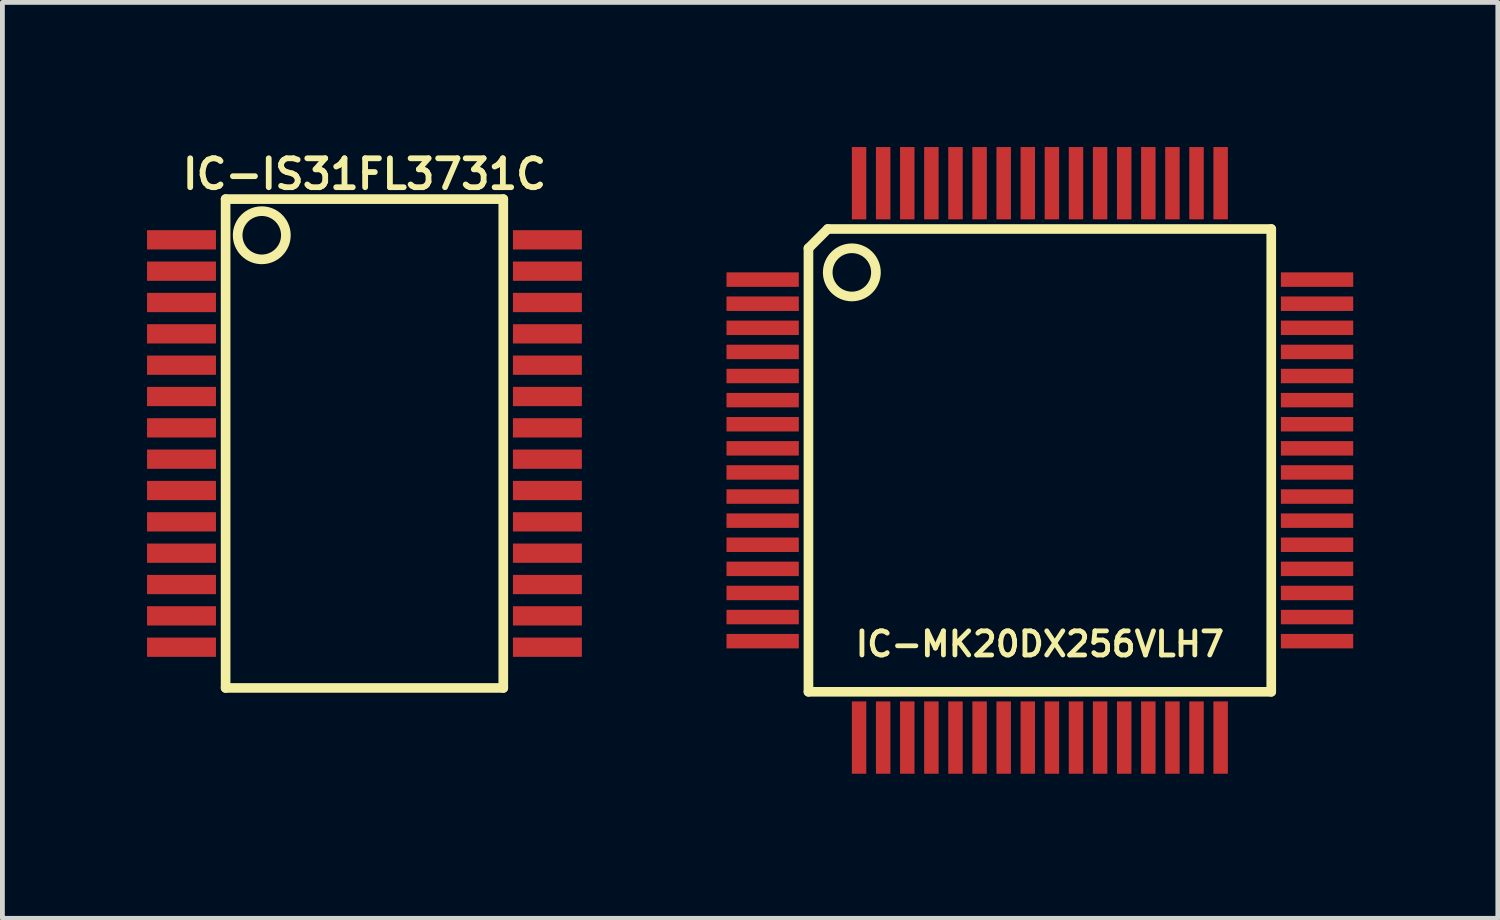
<source format=kicad_pcb>
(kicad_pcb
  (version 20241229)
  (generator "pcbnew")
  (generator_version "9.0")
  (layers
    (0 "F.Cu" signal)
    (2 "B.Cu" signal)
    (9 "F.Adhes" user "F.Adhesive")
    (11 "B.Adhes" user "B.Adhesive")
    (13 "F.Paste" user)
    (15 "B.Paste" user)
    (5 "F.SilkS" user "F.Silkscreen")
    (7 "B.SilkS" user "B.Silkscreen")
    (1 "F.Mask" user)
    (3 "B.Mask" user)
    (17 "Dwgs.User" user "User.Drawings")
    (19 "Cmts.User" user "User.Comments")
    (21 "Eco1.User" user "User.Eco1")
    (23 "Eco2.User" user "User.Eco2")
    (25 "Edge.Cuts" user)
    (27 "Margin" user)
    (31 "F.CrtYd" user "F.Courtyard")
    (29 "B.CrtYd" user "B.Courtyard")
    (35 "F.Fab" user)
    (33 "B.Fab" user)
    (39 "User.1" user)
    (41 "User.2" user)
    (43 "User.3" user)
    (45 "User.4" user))
  (footprint "IC-IS31FL3731C"
    (layer "F.Cu")
    (at 4.51 6.15)
    (property "Reference" "IC-IS31FL3731C" (at 0 -5.588 0) (layer "F.SilkS") (effects (font (size 0.6 0.6) (thickness 0.12))))
    (attr smd)
    (fp_line (start -2.88 -5.07) (end 2.88 -5.07) (stroke (width 0.2) (type solid)) (layer "F.SilkS"))
    (fp_line (start -2.88 5.07) (end -2.88 -5.07) (stroke (width 0.2) (type solid)) (layer "F.SilkS"))
    (fp_line (start 2.88 -5.07) (end 2.88 5.07) (stroke (width 0.2) (type solid)) (layer "F.SilkS"))
    (fp_line (start 2.88 5.07) (end -2.88 5.07) (stroke (width 0.2) (type solid)) (layer "F.SilkS"))
    (fp_circle (center -2.13 -4.32) (end -1.63 -4.32) (stroke (width 0.2) (type solid)) (fill no) (layer "F.SilkS"))
    (pad "1" smd rect (at -3.795 -4.225) (size 1.43 0.4) (layers "F.Cu" "F.Mask" "F.Paste"))
    (pad "2" smd rect (at -3.795 -3.575) (size 1.43 0.4) (layers "F.Cu" "F.Mask" "F.Paste"))
    (pad "3" smd rect (at -3.795 -2.925) (size 1.43 0.4) (layers "F.Cu" "F.Mask" "F.Paste"))
    (pad "4" smd rect (at -3.795 -2.275) (size 1.43 0.4) (layers "F.Cu" "F.Mask" "F.Paste"))
    (pad "5" smd rect (at -3.795 -1.625) (size 1.43 0.4) (layers "F.Cu" "F.Mask" "F.Paste"))
    (pad "6" smd rect (at -3.795 -0.975) (size 1.43 0.4) (layers "F.Cu" "F.Mask" "F.Paste"))
    (pad "7" smd rect (at -3.795 -0.325) (size 1.43 0.4) (layers "F.Cu" "F.Mask" "F.Paste"))
    (pad "8" smd rect (at -3.795 0.325) (size 1.43 0.4) (layers "F.Cu" "F.Mask" "F.Paste"))
    (pad "9" smd rect (at -3.795 0.975) (size 1.43 0.4) (layers "F.Cu" "F.Mask" "F.Paste"))
    (pad "10" smd rect (at -3.795 1.625) (size 1.43 0.4) (layers "F.Cu" "F.Mask" "F.Paste"))
    (pad "11" smd rect (at -3.795 2.275) (size 1.43 0.4) (layers "F.Cu" "F.Mask" "F.Paste"))
    (pad "12" smd rect (at -3.795 2.925) (size 1.43 0.4) (layers "F.Cu" "F.Mask" "F.Paste"))
    (pad "13" smd rect (at -3.795 3.575) (size 1.43 0.4) (layers "F.Cu" "F.Mask" "F.Paste"))
    (pad "14" smd rect (at -3.795 4.225) (size 1.43 0.4) (layers "F.Cu" "F.Mask" "F.Paste"))
    (pad "15" smd rect (at 3.795 4.225) (size 1.43 0.4) (layers "F.Cu" "F.Mask" "F.Paste"))
    (pad "16" smd rect (at 3.795 3.575) (size 1.43 0.4) (layers "F.Cu" "F.Mask" "F.Paste"))
    (pad "17" smd rect (at 3.795 2.925) (size 1.43 0.4) (layers "F.Cu" "F.Mask" "F.Paste"))
    (pad "18" smd rect (at 3.795 2.275) (size 1.43 0.4) (layers "F.Cu" "F.Mask" "F.Paste"))
    (pad "19" smd rect (at 3.795 1.625) (size 1.43 0.4) (layers "F.Cu" "F.Mask" "F.Paste"))
    (pad "20" smd rect (at 3.795 0.975) (size 1.43 0.4) (layers "F.Cu" "F.Mask" "F.Paste"))
    (pad "21" smd rect (at 3.795 0.325) (size 1.43 0.4) (layers "F.Cu" "F.Mask" "F.Paste"))
    (pad "22" smd rect (at 3.795 -0.325) (size 1.43 0.4) (layers "F.Cu" "F.Mask" "F.Paste"))
    (pad "23" smd rect (at 3.795 -0.975) (size 1.43 0.4) (layers "F.Cu" "F.Mask" "F.Paste"))
    (pad "24" smd rect (at 3.795 -1.625) (size 1.43 0.4) (layers "F.Cu" "F.Mask" "F.Paste"))
    (pad "25" smd rect (at 3.795 -2.275) (size 1.43 0.4) (layers "F.Cu" "F.Mask" "F.Paste"))
    (pad "26" smd rect (at 3.795 -2.925) (size 1.43 0.4) (layers "F.Cu" "F.Mask" "F.Paste"))
    (pad "27" smd rect (at 3.795 -3.575) (size 1.43 0.4) (layers "F.Cu" "F.Mask" "F.Paste"))
    (pad "28" smd rect (at 3.795 -4.225) (size 1.43 0.4) (layers "F.Cu" "F.Mask" "F.Paste")))
  (footprint "IC-MK20DX256VLH7"
    (layer "F.Cu")
    (at 18.52 6.5)
    (property "Reference" "IC-MK20DX256VLH7" (at 0 3.81 0) (layer "F.SilkS") (effects (font (size 0.5 0.5) (thickness 0.1))))
    (attr smd)
    (fp_line (start -4.8 -4.4) (end -4.4 -4.8) (stroke (width 0.2) (type solid)) (layer "F.SilkS"))
    (fp_line (start -4.8 4.8) (end -4.8 -4.4) (stroke (width 0.2) (type solid)) (layer "F.SilkS"))
    (fp_line (start -4.4 -4.8) (end 4.8 -4.8) (stroke (width 0.2) (type solid)) (layer "F.SilkS"))
    (fp_line (start 4.8 -4.8) (end 4.8 4.8) (stroke (width 0.2) (type solid)) (layer "F.SilkS"))
    (fp_line (start 4.8 4.8) (end -4.8 4.8) (stroke (width 0.2) (type solid)) (layer "F.SilkS"))
    (fp_circle (center -3.9 -3.9) (end -3.4 -3.9) (stroke (width 0.2) (type solid)) (fill no) (layer "F.SilkS"))
    (pad "1" smd rect (at -5.75 -3.75) (size 1.5 0.3) (layers "F.Cu" "F.Mask" "F.Paste"))
    (pad "2" smd rect (at -5.75 -3.25) (size 1.5 0.3) (layers "F.Cu" "F.Mask" "F.Paste"))
    (pad "3" smd rect (at -5.75 -2.75) (size 1.5 0.3) (layers "F.Cu" "F.Mask" "F.Paste"))
    (pad "4" smd rect (at -5.75 -2.25) (size 1.5 0.3) (layers "F.Cu" "F.Mask" "F.Paste"))
    (pad "5" smd rect (at -5.75 -1.75) (size 1.5 0.3) (layers "F.Cu" "F.Mask" "F.Paste"))
    (pad "6" smd rect (at -5.75 -1.25) (size 1.5 0.3) (layers "F.Cu" "F.Mask" "F.Paste"))
    (pad "7" smd rect (at -5.75 -0.75) (size 1.5 0.3) (layers "F.Cu" "F.Mask" "F.Paste"))
    (pad "8" smd rect (at -5.75 -0.25) (size 1.5 0.3) (layers "F.Cu" "F.Mask" "F.Paste"))
    (pad "9" smd rect (at -5.75 0.25) (size 1.5 0.3) (layers "F.Cu" "F.Mask" "F.Paste"))
    (pad "10" smd rect (at -5.75 0.75) (size 1.5 0.3) (layers "F.Cu" "F.Mask" "F.Paste"))
    (pad "11" smd rect (at -5.75 1.25) (size 1.5 0.3) (layers "F.Cu" "F.Mask" "F.Paste"))
    (pad "12" smd rect (at -5.75 1.75) (size 1.5 0.3) (layers "F.Cu" "F.Mask" "F.Paste"))
    (pad "13" smd rect (at -5.75 2.25) (size 1.5 0.3) (layers "F.Cu" "F.Mask" "F.Paste"))
    (pad "14" smd rect (at -5.75 2.75) (size 1.5 0.3) (layers "F.Cu" "F.Mask" "F.Paste"))
    (pad "15" smd rect (at -5.75 3.25) (size 1.5 0.3) (layers "F.Cu" "F.Mask" "F.Paste"))
    (pad "16" smd rect (at -5.75 3.75) (size 1.5 0.3) (layers "F.Cu" "F.Mask" "F.Paste"))
    (pad "17" smd rect (at -3.75 5.75 90) (size 1.5 0.3) (layers "F.Cu" "F.Mask" "F.Paste"))
    (pad "18" smd rect (at -3.25 5.75 90) (size 1.5 0.3) (layers "F.Cu" "F.Mask" "F.Paste"))
    (pad "19" smd rect (at -2.75 5.75 90) (size 1.5 0.3) (layers "F.Cu" "F.Mask" "F.Paste"))
    (pad "20" smd rect (at -2.25 5.75 90) (size 1.5 0.3) (layers "F.Cu" "F.Mask" "F.Paste"))
    (pad "21" smd rect (at -1.75 5.75 90) (size 1.5 0.3) (layers "F.Cu" "F.Mask" "F.Paste"))
    (pad "22" smd rect (at -1.25 5.75 90) (size 1.5 0.3) (layers "F.Cu" "F.Mask" "F.Paste"))
    (pad "23" smd rect (at -0.75 5.75 90) (size 1.5 0.3) (layers "F.Cu" "F.Mask" "F.Paste"))
    (pad "24" smd rect (at -0.25 5.75 90) (size 1.5 0.3) (layers "F.Cu" "F.Mask" "F.Paste"))
    (pad "25" smd rect (at 0.25 5.75 90) (size 1.5 0.3) (layers "F.Cu" "F.Mask" "F.Paste"))
    (pad "26" smd rect (at 0.75 5.75 90) (size 1.5 0.3) (layers "F.Cu" "F.Mask" "F.Paste"))
    (pad "27" smd rect (at 1.25 5.75 90) (size 1.5 0.3) (layers "F.Cu" "F.Mask" "F.Paste"))
    (pad "28" smd rect (at 1.75 5.75 90) (size 1.5 0.3) (layers "F.Cu" "F.Mask" "F.Paste"))
    (pad "29" smd rect (at 2.25 5.75 90) (size 1.5 0.3) (layers "F.Cu" "F.Mask" "F.Paste"))
    (pad "30" smd rect (at 2.75 5.75 90) (size 1.5 0.3) (layers "F.Cu" "F.Mask" "F.Paste"))
    (pad "31" smd rect (at 3.25 5.75 90) (size 1.5 0.3) (layers "F.Cu" "F.Mask" "F.Paste"))
    (pad "32" smd rect (at 3.75 5.75 90) (size 1.5 0.3) (layers "F.Cu" "F.Mask" "F.Paste"))
    (pad "33" smd rect (at 5.75 3.75) (size 1.5 0.3) (layers "F.Cu" "F.Mask" "F.Paste"))
    (pad "34" smd rect (at 5.75 3.25) (size 1.5 0.3) (layers "F.Cu" "F.Mask" "F.Paste"))
    (pad "35" smd rect (at 5.75 2.75) (size 1.5 0.3) (layers "F.Cu" "F.Mask" "F.Paste"))
    (pad "36" smd rect (at 5.75 2.25) (size 1.5 0.3) (layers "F.Cu" "F.Mask" "F.Paste"))
    (pad "37" smd rect (at 5.75 1.75) (size 1.5 0.3) (layers "F.Cu" "F.Mask" "F.Paste"))
    (pad "38" smd rect (at 5.75 1.25) (size 1.5 0.3) (layers "F.Cu" "F.Mask" "F.Paste"))
    (pad "39" smd rect (at 5.75 0.75) (size 1.5 0.3) (layers "F.Cu" "F.Mask" "F.Paste"))
    (pad "40" smd rect (at 5.75 0.25) (size 1.5 0.3) (layers "F.Cu" "F.Mask" "F.Paste"))
    (pad "41" smd rect (at 5.75 -0.25) (size 1.5 0.3) (layers "F.Cu" "F.Mask" "F.Paste"))
    (pad "42" smd rect (at 5.75 -0.75) (size 1.5 0.3) (layers "F.Cu" "F.Mask" "F.Paste"))
    (pad "43" smd rect (at 5.75 -1.25) (size 1.5 0.3) (layers "F.Cu" "F.Mask" "F.Paste"))
    (pad "44" smd rect (at 5.75 -1.75) (size 1.5 0.3) (layers "F.Cu" "F.Mask" "F.Paste"))
    (pad "45" smd rect (at 5.75 -2.25) (size 1.5 0.3) (layers "F.Cu" "F.Mask" "F.Paste"))
    (pad "46" smd rect (at 5.75 -2.75) (size 1.5 0.3) (layers "F.Cu" "F.Mask" "F.Paste"))
    (pad "47" smd rect (at 5.75 -3.25) (size 1.5 0.3) (layers "F.Cu" "F.Mask" "F.Paste"))
    (pad "48" smd rect (at 5.75 -3.75) (size 1.5 0.3) (layers "F.Cu" "F.Mask" "F.Paste"))
    (pad "49" smd rect (at 3.75 -5.75 90) (size 1.5 0.3) (layers "F.Cu" "F.Mask" "F.Paste"))
    (pad "50" smd rect (at 3.25 -5.75 90) (size 1.5 0.3) (layers "F.Cu" "F.Mask" "F.Paste"))
    (pad "51" smd rect (at 2.75 -5.75 90) (size 1.5 0.3) (layers "F.Cu" "F.Mask" "F.Paste"))
    (pad "52" smd rect (at 2.25 -5.75 90) (size 1.5 0.3) (layers "F.Cu" "F.Mask" "F.Paste"))
    (pad "53" smd rect (at 1.75 -5.75 90) (size 1.5 0.3) (layers "F.Cu" "F.Mask" "F.Paste"))
    (pad "54" smd rect (at 1.25 -5.75 90) (size 1.5 0.3) (layers "F.Cu" "F.Mask" "F.Paste"))
    (pad "55" smd rect (at 0.75 -5.75 90) (size 1.5 0.3) (layers "F.Cu" "F.Mask" "F.Paste"))
    (pad "56" smd rect (at 0.25 -5.75 90) (size 1.5 0.3) (layers "F.Cu" "F.Mask" "F.Paste"))
    (pad "57" smd rect (at -0.25 -5.75 90) (size 1.5 0.3) (layers "F.Cu" "F.Mask" "F.Paste"))
    (pad "58" smd rect (at -0.75 -5.75 90) (size 1.5 0.3) (layers "F.Cu" "F.Mask" "F.Paste"))
    (pad "59" smd rect (at -1.25 -5.75 90) (size 1.5 0.3) (layers "F.Cu" "F.Mask" "F.Paste"))
    (pad "60" smd rect (at -1.75 -5.75 90) (size 1.5 0.3) (layers "F.Cu" "F.Mask" "F.Paste"))
    (pad "61" smd rect (at -2.25 -5.75 90) (size 1.5 0.3) (layers "F.Cu" "F.Mask" "F.Paste"))
    (pad "62" smd rect (at -2.75 -5.75 90) (size 1.5 0.3) (layers "F.Cu" "F.Mask" "F.Paste"))
    (pad "63" smd rect (at -3.25 -5.75 90) (size 1.5 0.3) (layers "F.Cu" "F.Mask" "F.Paste"))
    (pad "64" smd rect (at -3.75 -5.75 90) (size 1.5 0.3) (layers "F.Cu" "F.Mask" "F.Paste")))
  (gr_rect
    (start -3 -3)
    (end 28.02 16)
    (stroke (width 0.1) (type default))
    (fill no)
    (layer "Edge.Cuts")))
</source>
